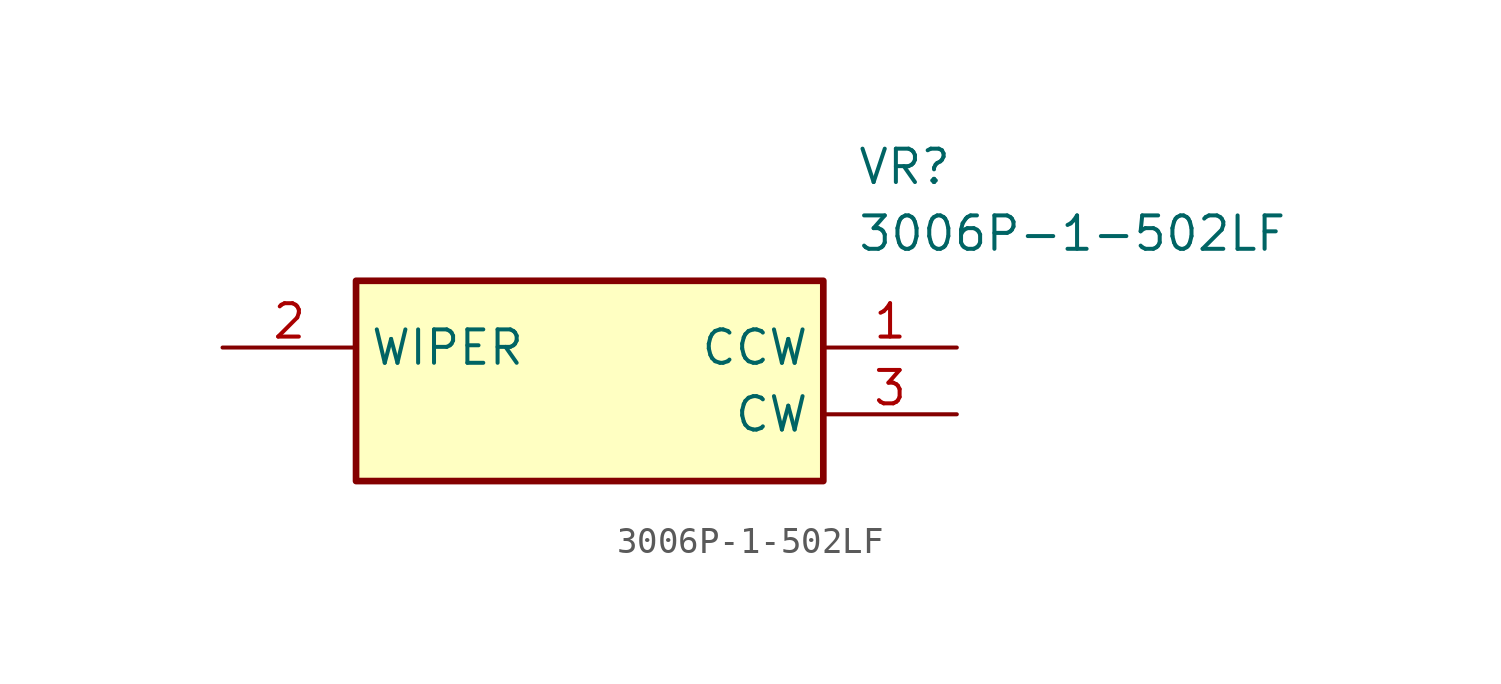
<source format=kicad_sym>
(kicad_symbol_lib
  (version 20211014)
  (generator SamacSys_ECAD_Model)
  (symbol "3006P-1-502LF"
    (property "Reference" "VR"
      (at 24.13 7.62 0)
      (effects (font (size 1.27 1.27)) (justify left top)))
    (property "Value" "3006P-1-502LF"
      (at 24.13 5.08 0)
      (effects (font (size 1.27 1.27)) (justify left top)))
    (rectangle
      (start 5.08 2.54)
      (end 22.86 -5.08)
      (stroke (width 0.254) (type default))
      (fill (type background)))
    (pin passive line
      (at 27.94 0 180)
      (length 5.08)
      (name "CCW" (effects (font (size 1.27 1.27))))
      (number "1" (effects (font (size 1.27 1.27)))))
    (pin passive line
      (at 0 0 0)
      (length 5.08)
      (name "WIPER" (effects (font (size 1.27 1.27))))
      (number "2" (effects (font (size 1.27 1.27)))))
    (pin passive line
      (at 27.94 -2.54 180)
      (length 5.08)
      (name "CW" (effects (font (size 1.27 1.27))))
      (number "3" (effects (font (size 1.27 1.27)))))))
</source>
